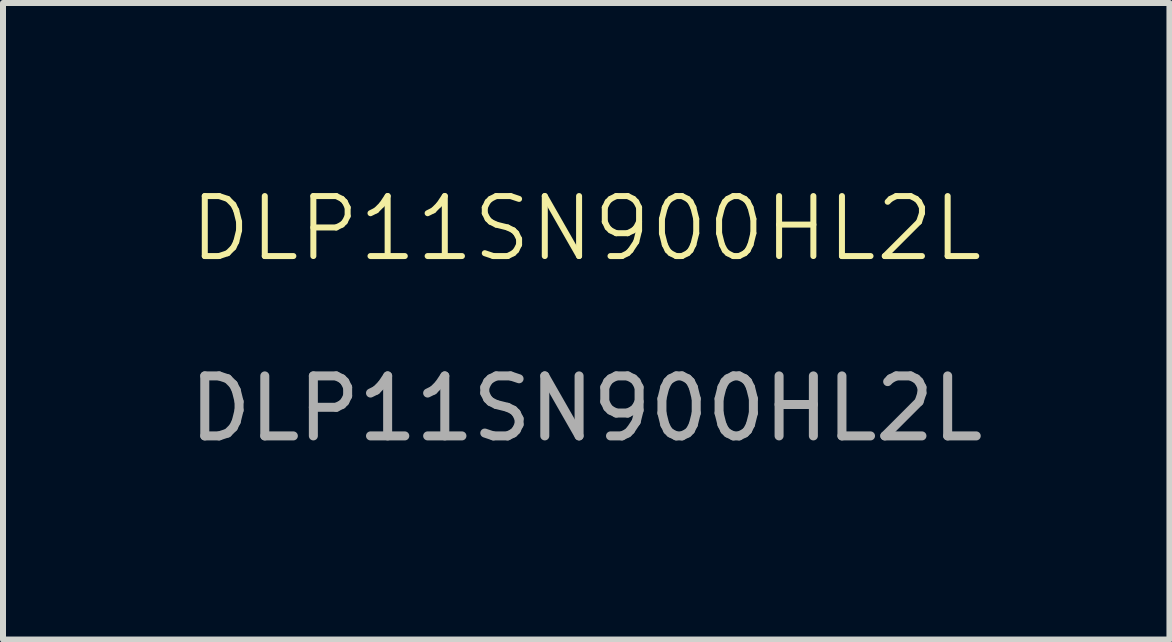
<source format=kicad_pcb>
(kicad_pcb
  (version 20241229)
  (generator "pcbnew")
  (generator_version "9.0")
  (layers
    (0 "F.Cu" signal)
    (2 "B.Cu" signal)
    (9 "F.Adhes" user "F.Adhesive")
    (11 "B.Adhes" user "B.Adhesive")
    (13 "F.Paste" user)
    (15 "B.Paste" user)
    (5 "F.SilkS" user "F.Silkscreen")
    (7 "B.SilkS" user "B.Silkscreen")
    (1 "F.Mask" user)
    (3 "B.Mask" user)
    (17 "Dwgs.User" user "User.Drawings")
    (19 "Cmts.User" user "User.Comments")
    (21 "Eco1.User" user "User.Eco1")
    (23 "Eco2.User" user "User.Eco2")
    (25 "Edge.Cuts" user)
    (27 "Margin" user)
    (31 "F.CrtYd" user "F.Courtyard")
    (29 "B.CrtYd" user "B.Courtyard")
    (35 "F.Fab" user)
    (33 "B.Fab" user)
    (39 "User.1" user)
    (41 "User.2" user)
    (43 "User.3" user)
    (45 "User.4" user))
  (footprint "DLP11SN900HL2L"
    (layer "F.Cu")
    (at 6.72 1.26)
    (property "Reference" "DLP11SN900HL2L" (at 0 -0.5 0) (unlocked yes) (layer "F.SilkS") (effects (font (size 1 1) (thickness 0.1))))
    (attr smd)
    (fp_text user "${REFERENCE}" (at 0 2.5 0) (unlocked yes) (layer "F.Fab") (effects (font (size 1 1) (thickness 0.15)))))
  (gr_rect
    (start -3 -3)
    (end 16.44 7.609)
    (stroke (width 0.1) (type default))
    (fill no)
    (layer "Edge.Cuts")))
</source>
